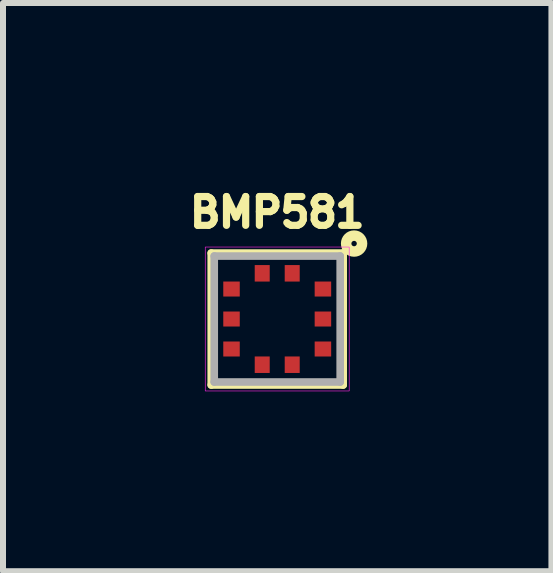
<source format=kicad_pcb>
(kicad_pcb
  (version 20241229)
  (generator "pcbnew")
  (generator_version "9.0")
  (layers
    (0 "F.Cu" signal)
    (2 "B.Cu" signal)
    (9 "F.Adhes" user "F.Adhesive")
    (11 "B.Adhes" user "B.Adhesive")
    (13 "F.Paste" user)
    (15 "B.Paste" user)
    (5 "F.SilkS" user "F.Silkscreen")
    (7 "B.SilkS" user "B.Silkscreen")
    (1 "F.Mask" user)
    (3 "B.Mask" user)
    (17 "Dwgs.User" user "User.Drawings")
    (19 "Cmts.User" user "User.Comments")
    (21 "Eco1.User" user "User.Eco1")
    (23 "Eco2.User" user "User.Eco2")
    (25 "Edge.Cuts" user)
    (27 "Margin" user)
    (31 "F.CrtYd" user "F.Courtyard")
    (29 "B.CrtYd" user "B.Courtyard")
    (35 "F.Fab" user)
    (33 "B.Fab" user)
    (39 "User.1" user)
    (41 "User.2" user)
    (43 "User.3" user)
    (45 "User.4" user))
  (footprint "BMP581"
    (layer "F.Cu")
    (at 1.572 2.269)
    (property "Reference" "BMP581" (at 0 -1.778 0) (layer "F.SilkS") (effects (font (size 0.48 0.48) (thickness 0.12))))
    (attr smd allow_soldermask_bridges)
    (fp_rect (start -0.95 -0.95) (end 0.95 0.95) (stroke (width 0.1) (type default)) (fill yes) (layer "F.Mask"))
    (fp_line (start -1.1 -1.1) (end 1.1 -1.1) (stroke (width 0.127) (type solid)) (layer "F.SilkS"))
    (fp_line (start -1.1 1.1) (end -1.1 -1.1) (stroke (width 0.127) (type solid)) (layer "F.SilkS"))
    (fp_line (start 1.1 -1.1) (end 1.1 1.1) (stroke (width 0.127) (type solid)) (layer "F.SilkS"))
    (fp_line (start 1.1 1.1) (end -1.1 1.1) (stroke (width 0.127) (type solid)) (layer "F.SilkS"))
    (fp_circle (center 1.282 -1.258) (end 1.327 -1.258) (stroke (width 0.175) (type solid)) (fill no) (layer "F.SilkS"))
    (fp_poly (pts (xy -0.875 -0.6) (xy -0.65 -0.6) (xy -0.65 -0.4) (xy -0.875 -0.4)) (stroke (width 0.01) (type solid)) (fill yes) (layer "F.Paste"))
    (fp_poly (pts (xy -0.875 -0.1) (xy -0.65 -0.1) (xy -0.65 0.1) (xy -0.875 0.1)) (stroke (width 0.01) (type solid)) (fill yes) (layer "F.Paste"))
    (fp_poly (pts (xy -0.875 0.4) (xy -0.65 0.4) (xy -0.65 0.6) (xy -0.875 0.6)) (stroke (width 0.01) (type solid)) (fill yes) (layer "F.Paste"))
    (fp_poly (pts (xy -0.35 -0.65) (xy -0.35 -0.875) (xy -0.15 -0.875) (xy -0.15 -0.65)) (stroke (width 0.01) (type solid)) (fill yes) (layer "F.Paste"))
    (fp_poly (pts (xy -0.35 0.875) (xy -0.35 0.65) (xy -0.15 0.65) (xy -0.15 0.875)) (stroke (width 0.01) (type solid)) (fill yes) (layer "F.Paste"))
    (fp_poly (pts (xy 0.15 -0.65) (xy 0.15 -0.875) (xy 0.35 -0.875) (xy 0.35 -0.65)) (stroke (width 0.01) (type solid)) (fill yes) (layer "F.Paste"))
    (fp_poly (pts (xy 0.15 0.875) (xy 0.15 0.65) (xy 0.35 0.65) (xy 0.35 0.875)) (stroke (width 0.01) (type solid)) (fill yes) (layer "F.Paste"))
    (fp_poly (pts (xy 0.65 -0.6) (xy 0.875 -0.6) (xy 0.875 -0.4) (xy 0.65 -0.4)) (stroke (width 0.01) (type solid)) (fill yes) (layer "F.Paste"))
    (fp_poly (pts (xy 0.65 -0.1) (xy 0.875 -0.1) (xy 0.875 0.1) (xy 0.65 0.1)) (stroke (width 0.01) (type solid)) (fill yes) (layer "F.Paste"))
    (fp_poly (pts (xy 0.65 0.4) (xy 0.875 0.4) (xy 0.875 0.6) (xy 0.65 0.6)) (stroke (width 0.01) (type solid)) (fill yes) (layer "F.Paste"))
    (fp_poly (pts (xy -1.2 -1.2) (xy 1.2 -1.2) (xy 1.2 1.2) (xy -1.2 1.2)) (stroke (width 0.01) (type solid)) (fill no) (layer "F.CrtYd"))
    (fp_line (start -1.05 -1.05) (end 1.05 -1.05) (stroke (width 0.127) (type solid)) (layer "F.Fab"))
    (fp_line (start -1.05 1.05) (end -1.05 -1.05) (stroke (width 0.127) (type solid)) (layer "F.Fab"))
    (fp_line (start 1.05 -1.05) (end 1.05 1.05) (stroke (width 0.127) (type solid)) (layer "F.Fab"))
    (fp_line (start 1.05 1.05) (end -1.05 1.05) (stroke (width 0.127) (type solid)) (layer "F.Fab"))
    (pad "1" smd rect (at 0.25 -0.762) (size 0.25 0.275) (layers "F.Cu" "F.Mask"))
    (pad "2" smd rect (at -0.25 -0.762) (size 0.25 0.275) (layers "F.Cu" "F.Mask"))
    (pad "3" smd rect (at -0.762 -0.5) (size 0.275 0.25) (layers "F.Cu" "F.Mask"))
    (pad "4" smd rect (at -0.762 0) (size 0.275 0.25) (layers "F.Cu" "F.Mask"))
    (pad "5" smd rect (at -0.762 0.5) (size 0.275 0.25) (layers "F.Cu" "F.Mask"))
    (pad "6" smd rect (at -0.25 0.762) (size 0.25 0.275) (layers "F.Cu" "F.Mask"))
    (pad "7" smd rect (at 0.25 0.762) (size 0.25 0.275) (layers "F.Cu" "F.Mask"))
    (pad "8" smd rect (at 0.762 0.5) (size 0.275 0.25) (layers "F.Cu" "F.Mask"))
    (pad "9" smd rect (at 0.762 0) (size 0.275 0.25) (layers "F.Cu" "F.Mask"))
    (pad "10" smd rect (at 0.762 -0.5) (size 0.275 0.25) (layers "F.Cu" "F.Mask"))
    (zone (net_name "") (layer "F.Cu") (hatch edge 0.5) (connect_pads) (min_thickness 0.25) (filled_areas_thickness no) (keepout (tracks allowed) (vias not_allowed) (pads allowed) (copperpour not_allowed) (footprints allowed)) (placement (enabled no)) (fill) (polygon (pts (xy 0.672 1.369) (xy 2.472 1.369) (xy 2.472 3.169) (xy 0.672 3.169))))
    (zone (net_name "") (layer "F.Cu") (hatch edge 0.5) (connect_pads) (min_thickness 0.25) (filled_areas_thickness no) (keepout (tracks not_allowed) (vias allowed) (pads allowed) (copperpour allowed) (footprints allowed)) (placement (enabled no)) (fill) (polygon (pts (xy 0.947 1.644) (xy 2.197 1.644) (xy 2.197 2.894) (xy 0.947 2.894)))))
  (gr_rect
    (start -3 -3)
    (end 6.144 6.474)
    (stroke (width 0.1) (type default))
    (fill no)
    (layer "Edge.Cuts")))
</source>
